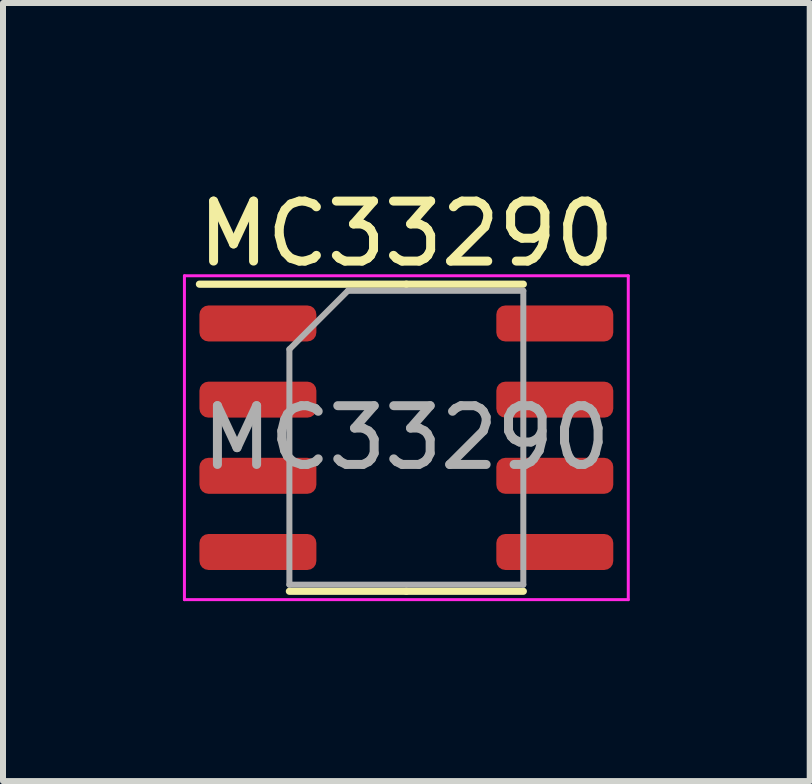
<source format=kicad_pcb>
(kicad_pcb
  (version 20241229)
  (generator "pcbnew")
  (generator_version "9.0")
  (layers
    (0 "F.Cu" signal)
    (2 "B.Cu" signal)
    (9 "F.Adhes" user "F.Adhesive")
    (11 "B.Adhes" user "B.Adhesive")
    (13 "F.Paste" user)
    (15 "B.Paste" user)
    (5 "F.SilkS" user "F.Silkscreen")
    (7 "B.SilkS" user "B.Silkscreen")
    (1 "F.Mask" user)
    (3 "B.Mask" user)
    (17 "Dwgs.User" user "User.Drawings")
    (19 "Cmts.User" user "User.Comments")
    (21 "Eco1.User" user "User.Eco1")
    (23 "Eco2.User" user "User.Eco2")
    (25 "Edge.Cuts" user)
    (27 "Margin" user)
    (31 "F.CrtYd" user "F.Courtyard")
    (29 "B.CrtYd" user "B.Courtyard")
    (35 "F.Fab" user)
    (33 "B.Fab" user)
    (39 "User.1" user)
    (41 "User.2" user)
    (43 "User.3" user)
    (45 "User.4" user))
  (footprint "MC33290"
    (layer "F.Cu")
    (at 3.725 4.248)
    (property "Reference" "MC33290" (at 0 -3.4 0) (layer "F.SilkS") (effects (font (size 1 1) (thickness 0.15))))
    (attr smd)
    (fp_line (start 0 -2.56) (end -3.45 -2.56) (stroke (width 0.12) (type solid)) (layer "F.SilkS"))
    (fp_line (start 0 -2.56) (end 1.95 -2.56) (stroke (width 0.12) (type solid)) (layer "F.SilkS"))
    (fp_line (start 0 2.56) (end -1.95 2.56) (stroke (width 0.12) (type solid)) (layer "F.SilkS"))
    (fp_line (start 0 2.56) (end 1.95 2.56) (stroke (width 0.12) (type solid)) (layer "F.SilkS"))
    (fp_line (start -3.7 -2.7) (end -3.7 2.7) (stroke (width 0.05) (type solid)) (layer "F.CrtYd"))
    (fp_line (start -3.7 2.7) (end 3.7 2.7) (stroke (width 0.05) (type solid)) (layer "F.CrtYd"))
    (fp_line (start 3.7 -2.7) (end -3.7 -2.7) (stroke (width 0.05) (type solid)) (layer "F.CrtYd"))
    (fp_line (start 3.7 2.7) (end 3.7 -2.7) (stroke (width 0.05) (type solid)) (layer "F.CrtYd"))
    (fp_line (start -1.95 -1.475) (end -0.975 -2.45) (stroke (width 0.1) (type solid)) (layer "F.Fab"))
    (fp_line (start -1.95 2.45) (end -1.95 -1.475) (stroke (width 0.1) (type solid)) (layer "F.Fab"))
    (fp_line (start -0.975 -2.45) (end 1.95 -2.45) (stroke (width 0.1) (type solid)) (layer "F.Fab"))
    (fp_line (start 1.95 -2.45) (end 1.95 2.45) (stroke (width 0.1) (type solid)) (layer "F.Fab"))
    (fp_line (start 1.95 2.45) (end -1.95 2.45) (stroke (width 0.1) (type solid)) (layer "F.Fab"))
    (fp_text user "${REFERENCE}" (at 0 0 0) (layer "F.Fab") (effects (font (size 0.98 0.98) (thickness 0.15))))
    (pad "1" smd roundrect (at -2.475 -1.905) (size 1.95 0.6) (layers "F.Cu" "F.Mask" "F.Paste") (roundrect_rratio 0.25))
    (pad "2" smd roundrect (at -2.475 -0.635) (size 1.95 0.6) (layers "F.Cu" "F.Mask" "F.Paste") (roundrect_rratio 0.25))
    (pad "3" smd roundrect (at -2.475 0.635) (size 1.95 0.6) (layers "F.Cu" "F.Mask" "F.Paste") (roundrect_rratio 0.25))
    (pad "4" smd roundrect (at -2.475 1.905) (size 1.95 0.6) (layers "F.Cu" "F.Mask" "F.Paste") (roundrect_rratio 0.25))
    (pad "5" smd roundrect (at 2.475 1.905) (size 1.95 0.6) (layers "F.Cu" "F.Mask" "F.Paste") (roundrect_rratio 0.25))
    (pad "6" smd roundrect (at 2.475 0.635) (size 1.95 0.6) (layers "F.Cu" "F.Mask" "F.Paste") (roundrect_rratio 0.25))
    (pad "7" smd roundrect (at 2.475 -0.635) (size 1.95 0.6) (layers "F.Cu" "F.Mask" "F.Paste") (roundrect_rratio 0.25))
    (pad "8" smd roundrect (at 2.475 -1.905) (size 1.95 0.6) (layers "F.Cu" "F.Mask" "F.Paste") (roundrect_rratio 0.25)))
  (gr_rect
    (start -3 -3)
    (end 10.45 9.973)
    (stroke (width 0.1) (type default))
    (fill no)
    (layer "Edge.Cuts")))
</source>
